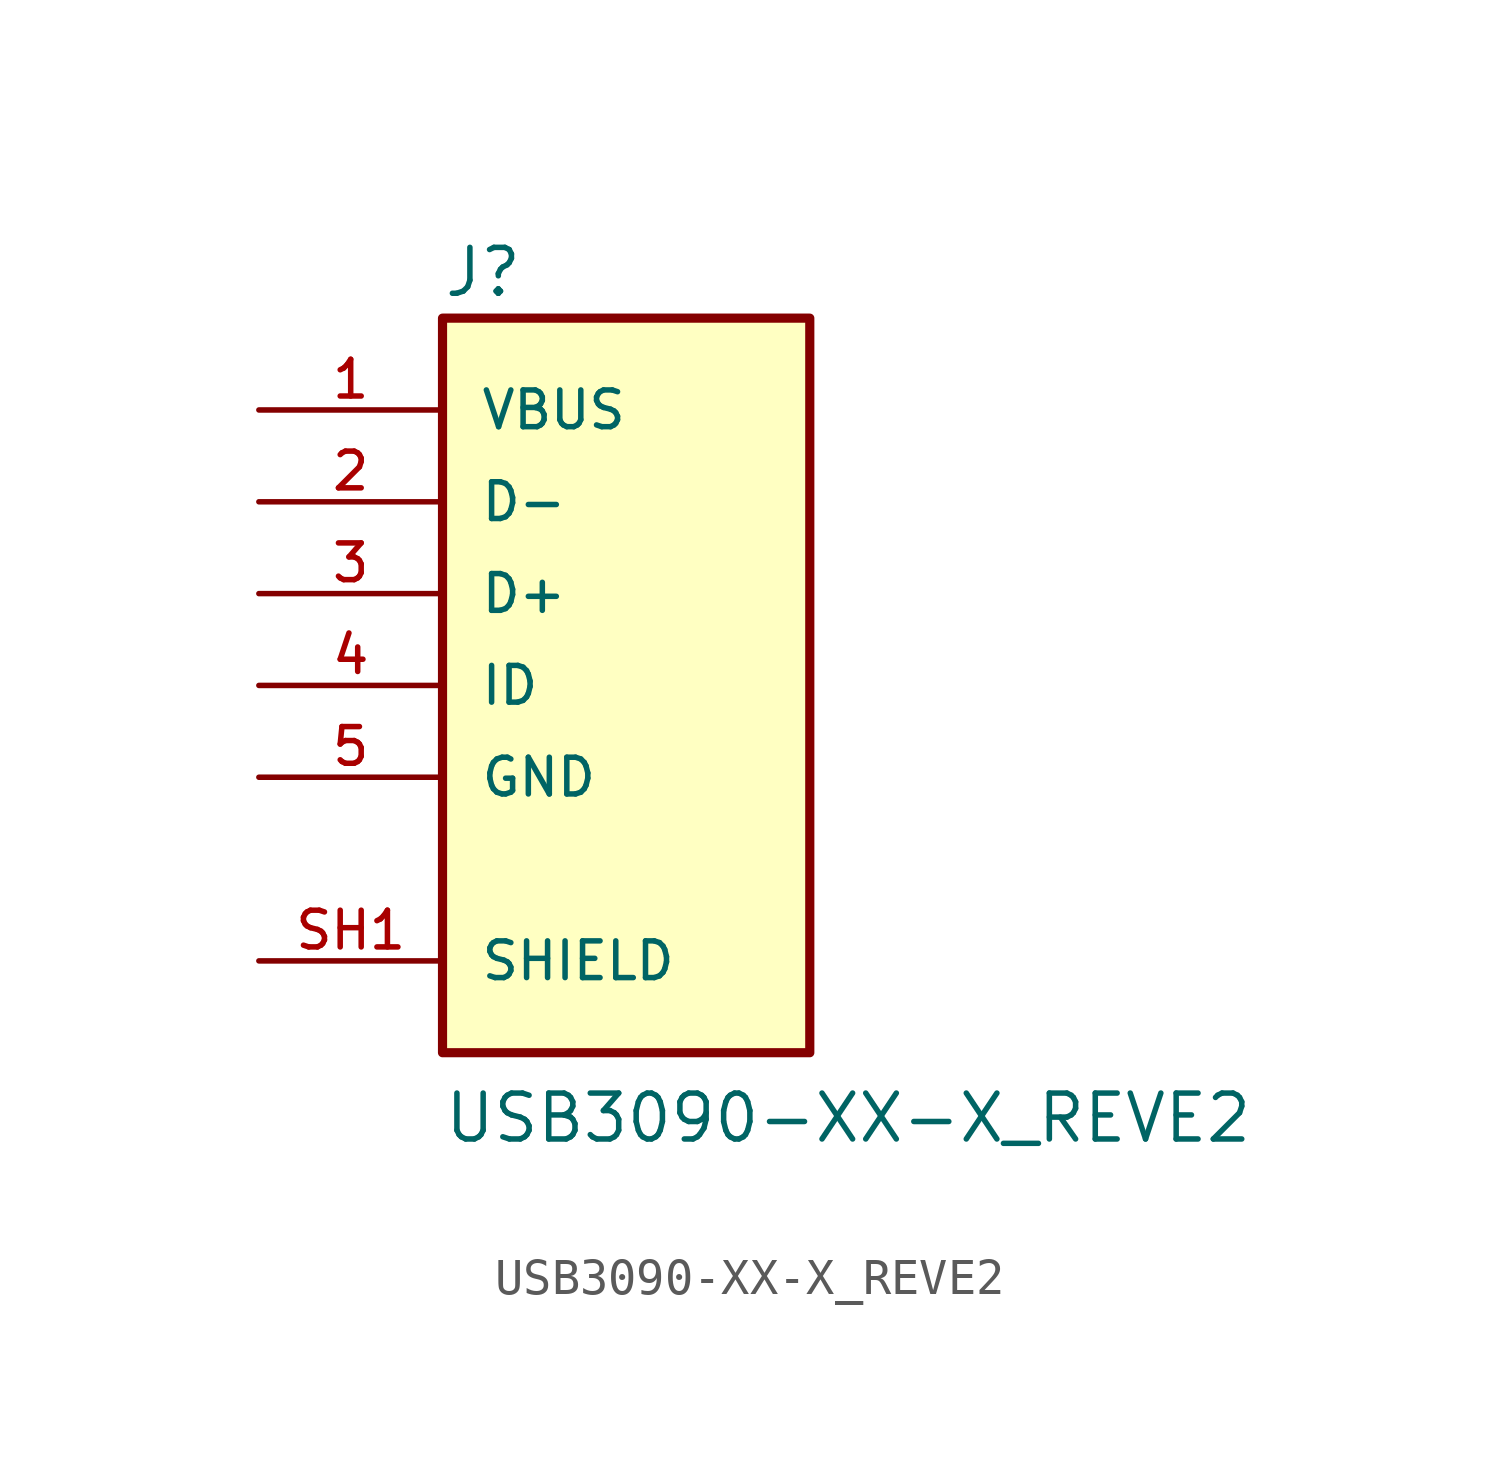
<source format=kicad_sym>
(kicad_symbol_lib
  (version 20211014)
  (generator kicad_symbol_editor)
  (symbol "USB3090-XX-X_REVE2"
    (pin_names
      (offset 1.016))
    (property "Reference" "J"
      (at -5.088 10.685 0)
      (effects (font (size 1.27 1.27)) (justify bottom left)))
    (property "Value" "USB3090-XX-X_REVE2"
      (at -5.084 -12.71 0)
      (effects (font (size 1.27 1.27)) (justify bottom left)))
    (symbol "USB3090-XX-X_REVE2_0_0"
      (rectangle (start -5.08 -10.16) (end 5.08 10.16) (stroke (width 0.254)) (fill (type background)))
      (pin power_in line (at -10.16 7.62 0) (length 5.08) (name "VBUS" (effects (font (size 1.016 1.016)))) (number "1" (effects (font (size 1.016 1.016)))))
      (pin bidirectional line (at -10.16 5.08 0) (length 5.08) (name "D-" (effects (font (size 1.016 1.016)))) (number "2" (effects (font (size 1.016 1.016)))))
      (pin bidirectional line (at -10.16 2.54 0) (length 5.08) (name "D+" (effects (font (size 1.016 1.016)))) (number "3" (effects (font (size 1.016 1.016)))))
      (pin power_in line (at -10.16 -2.54 0) (length 5.08) (name "GND" (effects (font (size 1.016 1.016)))) (number "5" (effects (font (size 1.016 1.016)))))
      (pin power_in line (at -10.16 -7.62 0) (length 5.08) (name "SHIELD" (effects (font (size 1.016 1.016)))) (number "SH1" (effects (font (size 1.016 1.016)))))
      (pin power_in line (at -10.16 -7.62 0) (length 5.08) hide (name "SHIELD" (effects (font (size 1.016 1.016)))) (number "SH2" (effects (font (size 1.016 1.016)))))
      (pin power_in line (at -10.16 -7.62 0) (length 5.08) hide (name "SHIELD" (effects (font (size 1.016 1.016)))) (number "SH3" (effects (font (size 1.016 1.016)))))
      (pin power_in line (at -10.16 -7.62 0) (length 5.08) hide (name "SHIELD" (effects (font (size 1.016 1.016)))) (number "SH4" (effects (font (size 1.016 1.016)))))
      (pin bidirectional line (at -10.16 0.0 0) (length 5.08) (name "ID" (effects (font (size 1.016 1.016)))) (number "4" (effects (font (size 1.016 1.016))))))))
</source>
